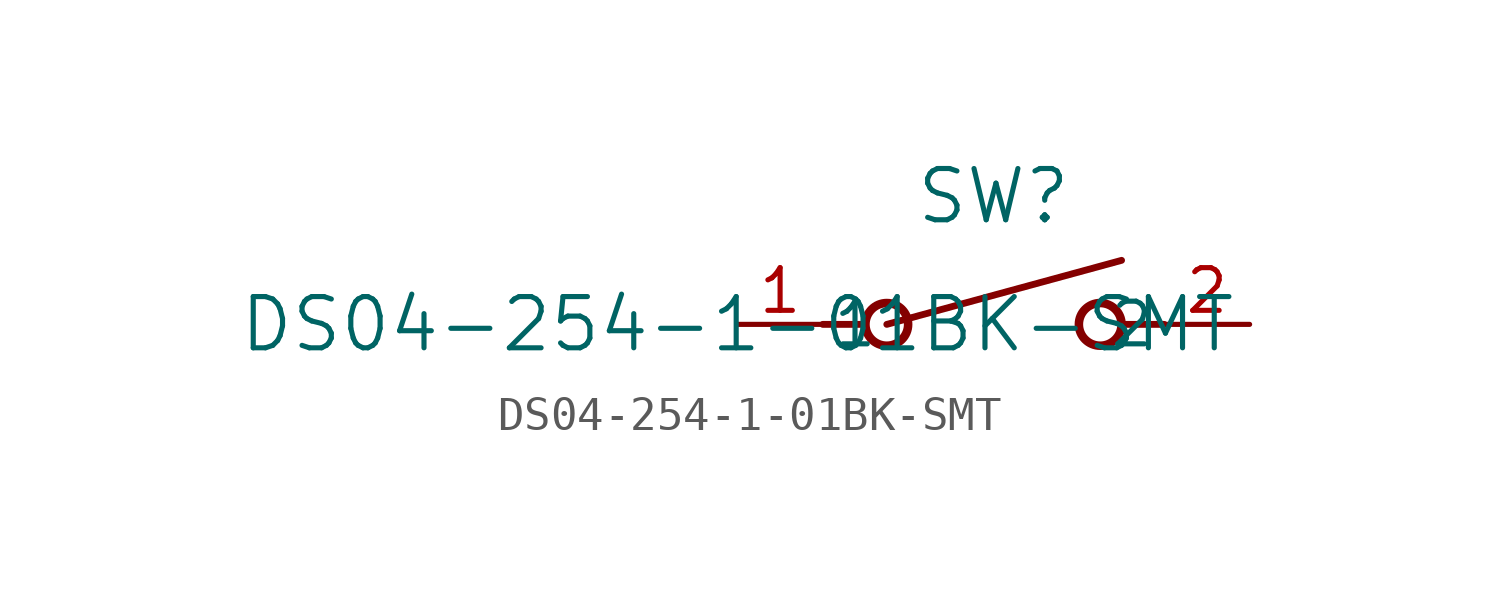
<source format=kicad_sym>
(kicad_symbol_lib
  (version 20211014)
  (generator kicad_symbol_editor)
  (symbol "DS04-254-1-01BK-SMT"
    (pin_names
      (offset 0.254))
    (property "Reference" "SW"
      (at 7.62 3.81 0)
      (effects (font (size 1.524 1.524))))
    (property "Value" "DS04-254-1-01BK-SMT"
      (at 0 0 0)
      (effects (font (size 1.524 1.524))))
    (symbol "DS04-254-1-01BK-SMT_0_1"
      (polyline (pts (xy 2.54 0) (xy 3.81 0)) (stroke (width 0.203) (type default) (color 0 0 0 0)) (fill (type none)))
      (circle (center 10.795 0) (radius 0.635) (stroke (width 0.254) (type default) (color 0 0 0 0)) (fill (type none)))
      (circle (center 4.445 0) (radius 0.635) (stroke (width 0.254) (type default) (color 0 0 0 0)) (fill (type none)))
      (polyline (pts (xy 12.7 0) (xy 11.43 0)) (stroke (width 0.203) (type default) (color 0 0 0 0)) (fill (type none)))
      (polyline (pts (xy 4.445 0) (xy 11.43 1.905)) (stroke (width 0.203) (type default) (color 0 0 0 0)) (fill (type none)))
      (pin unspecified line (at 0 0 0) (length 2.54) (name "1" (effects (font (size 1.27 1.27)))) (number "1" (effects (font (size 1.27 1.27)))))
      (pin unspecified line (at 15.24 0 180) (length 2.54) (name "2" (effects (font (size 1.27 1.27)))) (number "2" (effects (font (size 1.27 1.27))))))))
</source>
